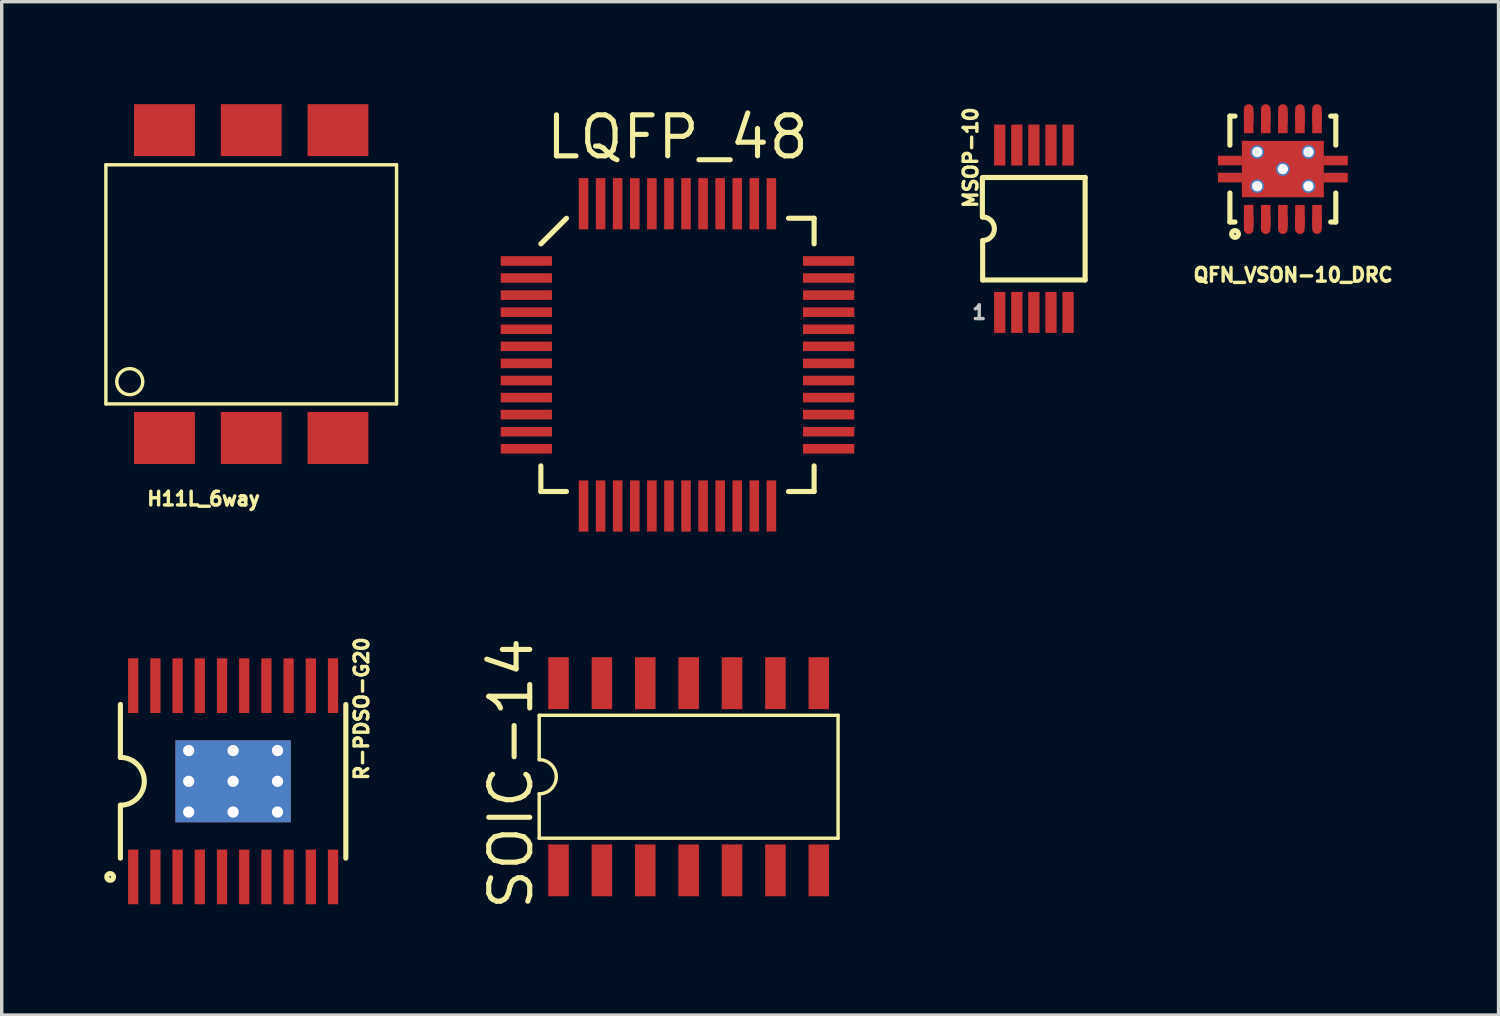
<source format=kicad_pcb>
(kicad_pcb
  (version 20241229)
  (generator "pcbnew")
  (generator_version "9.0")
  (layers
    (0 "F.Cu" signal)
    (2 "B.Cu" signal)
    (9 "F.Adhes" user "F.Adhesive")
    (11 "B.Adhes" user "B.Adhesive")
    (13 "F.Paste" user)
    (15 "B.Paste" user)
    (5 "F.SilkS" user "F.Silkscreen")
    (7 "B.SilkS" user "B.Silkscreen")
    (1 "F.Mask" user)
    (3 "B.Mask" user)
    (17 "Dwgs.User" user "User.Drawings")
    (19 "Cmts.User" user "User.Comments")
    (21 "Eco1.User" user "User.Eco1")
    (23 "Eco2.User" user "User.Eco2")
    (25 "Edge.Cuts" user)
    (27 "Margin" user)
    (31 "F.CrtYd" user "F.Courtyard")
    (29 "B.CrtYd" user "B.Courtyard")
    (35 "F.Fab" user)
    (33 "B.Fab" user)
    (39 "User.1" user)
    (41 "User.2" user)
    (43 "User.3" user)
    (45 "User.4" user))
  (footprint "QFN_VSON-10_DRC"
    (layer "F.Cu")
    (at 34.509 1.9)
    (property "Reference" "QFN_VSON-10_DRC" (at 0.3 3.1 0) (layer "F.SilkS") (effects (font (size 0.4 0.4) (thickness 0.1))))
    (attr through_hole)
    (fp_line (start -1.55 -1.55) (end -1.55 -0.7) (stroke (width 0.15) (type solid)) (layer "F.SilkS"))
    (fp_line (start -1.55 -1.55) (end -1.4 -1.55) (stroke (width 0.15) (type solid)) (layer "F.SilkS"))
    (fp_line (start -1.55 0.7) (end -1.55 1.55) (stroke (width 0.15) (type solid)) (layer "F.SilkS"))
    (fp_line (start -1.55 1.55) (end -1.4 1.55) (stroke (width 0.15) (type solid)) (layer "F.SilkS"))
    (fp_line (start 1.55 -1.55) (end 1.4 -1.55) (stroke (width 0.15) (type solid)) (layer "F.SilkS"))
    (fp_line (start 1.55 -1.55) (end 1.55 -0.7) (stroke (width 0.15) (type solid)) (layer "F.SilkS"))
    (fp_line (start 1.55 0.7) (end 1.55 1.55) (stroke (width 0.15) (type solid)) (layer "F.SilkS"))
    (fp_line (start 1.55 1.55) (end 1.4 1.55) (stroke (width 0.15) (type solid)) (layer "F.SilkS"))
    (fp_circle (center -1.4 1.9) (end -1.5 1.9) (stroke (width 0.15) (type solid)) (fill no) (layer "F.SilkS"))
    (pad "1" smd rect (at -1 1.369) (size 0.28 0.637) (layers "F.Cu" "F.Mask" "F.Paste"))
    (pad "1" smd oval (at -1 1.581) (size 0.28 0.637) (layers "F.Cu" "F.Mask" "F.Paste"))
    (pad "2" smd rect (at -0.5 1.369) (size 0.28 0.637) (layers "F.Cu" "F.Mask" "F.Paste"))
    (pad "2" smd oval (at -0.5 1.581) (size 0.28 0.637) (layers "F.Cu" "F.Mask" "F.Paste"))
    (pad "3" smd rect (at 0 1.369) (size 0.28 0.637) (layers "F.Cu" "F.Mask" "F.Paste"))
    (pad "3" smd oval (at 0 1.581) (size 0.28 0.637) (layers "F.Cu" "F.Mask" "F.Paste"))
    (pad "4" smd rect (at 0.5 1.369) (size 0.28 0.637) (layers "F.Cu" "F.Mask" "F.Paste"))
    (pad "4" smd oval (at 0.5 1.581) (size 0.28 0.637) (layers "F.Cu" "F.Mask" "F.Paste"))
    (pad "5" smd rect (at 1 1.369) (size 0.28 0.637) (layers "F.Cu" "F.Mask" "F.Paste"))
    (pad "5" smd oval (at 1 1.581) (size 0.28 0.637) (layers "F.Cu" "F.Mask" "F.Paste"))
    (pad "6" smd oval (at 1 -1.581) (size 0.28 0.637) (layers "F.Cu" "F.Mask" "F.Paste"))
    (pad "6" smd rect (at 1 -1.369) (size 0.28 0.637) (layers "F.Cu" "F.Mask" "F.Paste"))
    (pad "7" smd oval (at 0.5 -1.581) (size 0.28 0.637) (layers "F.Cu" "F.Mask" "F.Paste"))
    (pad "7" smd rect (at 0.5 -1.369) (size 0.28 0.637) (layers "F.Cu" "F.Mask" "F.Paste"))
    (pad "8" smd oval (at 0 -1.581) (size 0.28 0.637) (layers "F.Cu" "F.Mask" "F.Paste"))
    (pad "8" smd rect (at 0 -1.369) (size 0.28 0.637) (layers "F.Cu" "F.Mask" "F.Paste"))
    (pad "9" smd oval (at -0.5 -1.581) (size 0.28 0.637) (layers "F.Cu" "F.Mask" "F.Paste"))
    (pad "9" smd rect (at -0.5 -1.369) (size 0.28 0.637) (layers "F.Cu" "F.Mask" "F.Paste"))
    (pad "10" smd oval (at -1 -1.581) (size 0.28 0.637) (layers "F.Cu" "F.Mask" "F.Paste"))
    (pad "10" smd rect (at -1 -1.369) (size 0.28 0.637) (layers "F.Cu" "F.Mask" "F.Paste"))
    (pad "11" smd rect (at -1.55 -0.25) (size 0.7 0.28) (layers "F.Cu" "F.Mask" "F.Paste"))
    (pad "11" smd rect (at -1.55 0.25) (size 0.7 0.28) (layers "F.Cu" "F.Mask" "F.Paste"))
    (pad "11" thru_hole circle (at -0.75 -0.5) (size 0.4 0.4) (drill 0.3) (layers "*.Cu" "*.Mask"))
    (pad "11" thru_hole circle (at -0.75 0.5) (size 0.4 0.4) (drill 0.3) (layers "*.Cu" "*.Mask"))
    (pad "11" thru_hole circle (at 0 0) (size 0.4 0.4) (drill 0.3) (layers "*.Cu" "*.Mask"))
    (pad "11" smd rect (at 0 0) (size 2.4 1.65) (layers "F.Cu" "F.Mask" "F.Paste"))
    (pad "11" thru_hole circle (at 0.75 -0.5) (size 0.4 0.4) (drill 0.3) (layers "*.Cu" "*.Mask"))
    (pad "11" thru_hole circle (at 0.75 0.5) (size 0.4 0.4) (drill 0.3) (layers "*.Cu" "*.Mask"))
    (pad "11" smd rect (at 1.55 -0.25) (size 0.7 0.28) (layers "F.Cu" "F.Mask" "F.Paste"))
    (pad "11" smd rect (at 1.55 0.25) (size 0.7 0.28) (layers "F.Cu" "F.Mask" "F.Paste")))
  (footprint "H11L_6way"
    (layer "F.Cu")
    (at 1.765 9.775)
    (property "Reference" "H11L_6way" (at 1.143 1.778 0) (layer "F.SilkS") (effects (font (size 0.4 0.4) (thickness 0.1))))
    (attr through_hole)
    (fp_line (start -1.715 -8) (end 6.795 -8) (stroke (width 0.1) (type solid)) (layer "F.SilkS"))
    (fp_line (start -1.715 -1) (end -1.715 -8) (stroke (width 0.1) (type solid)) (layer "F.SilkS"))
    (fp_line (start -1.715 -1) (end 6.795 -1) (stroke (width 0.1) (type solid)) (layer "F.SilkS"))
    (fp_line (start 6.795 -1) (end 6.795 -8) (stroke (width 0.1) (type solid)) (layer "F.SilkS"))
    (fp_circle (center -1.016 -1.651) (end -1.016 -2.032) (stroke (width 0.1) (type solid)) (fill no) (layer "F.SilkS"))
    (pad "1" smd rect (at 0 0) (size 1.78 1.52) (layers "F.Cu" "F.Mask" "F.Paste"))
    (pad "2" smd rect (at 2.54 0) (size 1.78 1.52) (layers "F.Cu" "F.Mask" "F.Paste"))
    (pad "3" smd rect (at 5.08 0) (size 1.78 1.52) (layers "F.Cu" "F.Mask" "F.Paste"))
    (pad "4" smd rect (at 5.08 -9.015) (size 1.78 1.52) (layers "F.Cu" "F.Mask" "F.Paste"))
    (pad "5" smd rect (at 2.54 -9.015) (size 1.78 1.52) (layers "F.Cu" "F.Mask" "F.Paste"))
    (pad "6" smd rect (at 0 -9.015) (size 1.78 1.52) (layers "F.Cu" "F.Mask" "F.Paste")))
  (footprint "LQFP_48"
    (layer "F.Cu")
    (at 16.785 7.34)
    (property "Reference" "LQFP_48" (at 0 -6.375 0) (layer "F.SilkS") (effects (font (size 1.2 1.2) (thickness 0.15))))
    (attr through_hole)
    (fp_line (start -4 -3.25) (end -3.25 -4) (stroke (width 0.15) (type solid)) (layer "F.SilkS"))
    (fp_line (start -4 4) (end -4 3.25) (stroke (width 0.15) (type solid)) (layer "F.SilkS"))
    (fp_line (start -3.25 4) (end -4 4) (stroke (width 0.15) (type solid)) (layer "F.SilkS"))
    (fp_line (start 3.25 -4) (end 4 -4) (stroke (width 0.15) (type solid)) (layer "F.SilkS"))
    (fp_line (start 3.25 4) (end 4 4) (stroke (width 0.15) (type solid)) (layer "F.SilkS"))
    (fp_line (start 4 -4) (end 4 -3.25) (stroke (width 0.15) (type solid)) (layer "F.SilkS"))
    (fp_line (start 4 4) (end 4 3.25) (stroke (width 0.15) (type solid)) (layer "F.SilkS"))
    (pad "1" smd rect (at -4.425 -2.75 90) (size 0.28 1.5) (layers "F.Cu" "F.Mask" "F.Paste"))
    (pad "2" smd rect (at -4.425 -2.25 90) (size 0.28 1.5) (layers "F.Cu" "F.Mask" "F.Paste"))
    (pad "3" smd rect (at -4.425 -1.75 90) (size 0.28 1.5) (layers "F.Cu" "F.Mask" "F.Paste"))
    (pad "4" smd rect (at -4.425 -1.25 90) (size 0.28 1.5) (layers "F.Cu" "F.Mask" "F.Paste"))
    (pad "5" smd rect (at -4.425 -0.75 90) (size 0.28 1.5) (layers "F.Cu" "F.Mask" "F.Paste"))
    (pad "6" smd rect (at -4.425 -0.25 90) (size 0.28 1.5) (layers "F.Cu" "F.Mask" "F.Paste"))
    (pad "7" smd rect (at -4.425 0.25 90) (size 0.28 1.5) (layers "F.Cu" "F.Mask" "F.Paste"))
    (pad "8" smd rect (at -4.425 0.75 90) (size 0.28 1.5) (layers "F.Cu" "F.Mask" "F.Paste"))
    (pad "9" smd rect (at -4.425 1.25 90) (size 0.28 1.5) (layers "F.Cu" "F.Mask" "F.Paste"))
    (pad "10" smd rect (at -4.425 1.75 90) (size 0.28 1.5) (layers "F.Cu" "F.Mask" "F.Paste"))
    (pad "11" smd rect (at -4.425 2.25 90) (size 0.28 1.5) (layers "F.Cu" "F.Mask" "F.Paste"))
    (pad "12" smd rect (at -4.425 2.75 90) (size 0.28 1.5) (layers "F.Cu" "F.Mask" "F.Paste"))
    (pad "13" smd rect (at -2.75 4.425) (size 0.28 1.5) (layers "F.Cu" "F.Mask" "F.Paste"))
    (pad "14" smd rect (at -2.25 4.425) (size 0.28 1.5) (layers "F.Cu" "F.Mask" "F.Paste"))
    (pad "15" smd rect (at -1.75 4.425) (size 0.28 1.5) (layers "F.Cu" "F.Mask" "F.Paste"))
    (pad "16" smd rect (at -1.25 4.425) (size 0.28 1.5) (layers "F.Cu" "F.Mask" "F.Paste"))
    (pad "17" smd rect (at -0.75 4.425) (size 0.28 1.5) (layers "F.Cu" "F.Mask" "F.Paste"))
    (pad "18" smd rect (at -0.25 4.425) (size 0.28 1.5) (layers "F.Cu" "F.Mask" "F.Paste"))
    (pad "19" smd rect (at 0.25 4.425) (size 0.28 1.5) (layers "F.Cu" "F.Mask" "F.Paste"))
    (pad "20" smd rect (at 0.75 4.425) (size 0.28 1.5) (layers "F.Cu" "F.Mask" "F.Paste"))
    (pad "21" smd rect (at 1.25 4.425) (size 0.28 1.5) (layers "F.Cu" "F.Mask" "F.Paste"))
    (pad "22" smd rect (at 1.75 4.425) (size 0.28 1.5) (layers "F.Cu" "F.Mask" "F.Paste"))
    (pad "23" smd rect (at 2.25 4.425) (size 0.28 1.5) (layers "F.Cu" "F.Mask" "F.Paste"))
    (pad "24" smd rect (at 2.75 4.425) (size 0.28 1.5) (layers "F.Cu" "F.Mask" "F.Paste"))
    (pad "25" smd rect (at 4.425 2.75 90) (size 0.28 1.5) (layers "F.Cu" "F.Mask" "F.Paste"))
    (pad "26" smd rect (at 4.425 2.25 90) (size 0.28 1.5) (layers "F.Cu" "F.Mask" "F.Paste"))
    (pad "27" smd rect (at 4.425 1.75 90) (size 0.28 1.5) (layers "F.Cu" "F.Mask" "F.Paste"))
    (pad "28" smd rect (at 4.425 1.25 90) (size 0.28 1.5) (layers "F.Cu" "F.Mask" "F.Paste"))
    (pad "29" smd rect (at 4.425 0.75 90) (size 0.28 1.5) (layers "F.Cu" "F.Mask" "F.Paste"))
    (pad "30" smd rect (at 4.425 0.25 90) (size 0.28 1.5) (layers "F.Cu" "F.Mask" "F.Paste"))
    (pad "31" smd rect (at 4.425 -0.25 90) (size 0.28 1.5) (layers "F.Cu" "F.Mask" "F.Paste"))
    (pad "32" smd rect (at 4.425 -0.75 90) (size 0.28 1.5) (layers "F.Cu" "F.Mask" "F.Paste"))
    (pad "33" smd rect (at 4.425 -1.25 90) (size 0.28 1.5) (layers "F.Cu" "F.Mask" "F.Paste"))
    (pad "34" smd rect (at 4.425 -1.75 90) (size 0.28 1.5) (layers "F.Cu" "F.Mask" "F.Paste"))
    (pad "35" smd rect (at 4.425 -2.25 90) (size 0.28 1.5) (layers "F.Cu" "F.Mask" "F.Paste"))
    (pad "36" smd rect (at 4.425 -2.75 90) (size 0.28 1.5) (layers "F.Cu" "F.Mask" "F.Paste"))
    (pad "37" smd rect (at 2.75 -4.425) (size 0.28 1.5) (layers "F.Cu" "F.Mask" "F.Paste"))
    (pad "38" smd rect (at 2.25 -4.425) (size 0.28 1.5) (layers "F.Cu" "F.Mask" "F.Paste"))
    (pad "39" smd rect (at 1.75 -4.425) (size 0.28 1.5) (layers "F.Cu" "F.Mask" "F.Paste"))
    (pad "40" smd rect (at 1.25 -4.425) (size 0.28 1.5) (layers "F.Cu" "F.Mask" "F.Paste"))
    (pad "41" smd rect (at 0.75 -4.425) (size 0.28 1.5) (layers "F.Cu" "F.Mask" "F.Paste"))
    (pad "42" smd rect (at 0.25 -4.425) (size 0.28 1.5) (layers "F.Cu" "F.Mask" "F.Paste"))
    (pad "43" smd rect (at -0.25 -4.425) (size 0.28 1.5) (layers "F.Cu" "F.Mask" "F.Paste"))
    (pad "44" smd rect (at -0.75 -4.425) (size 0.28 1.5) (layers "F.Cu" "F.Mask" "F.Paste"))
    (pad "45" smd rect (at -1.25 -4.425) (size 0.28 1.5) (layers "F.Cu" "F.Mask" "F.Paste"))
    (pad "46" smd rect (at -1.75 -4.425) (size 0.28 1.5) (layers "F.Cu" "F.Mask" "F.Paste"))
    (pad "47" smd rect (at -2.25 -4.425) (size 0.28 1.5) (layers "F.Cu" "F.Mask" "F.Paste"))
    (pad "48" smd rect (at -2.75 -4.425) (size 0.28 1.5) (layers "F.Cu" "F.Mask" "F.Paste")))
  (footprint "MSOP-10"
    (layer "F.Cu")
    (at 27.22 3.647)
    (property "Reference" "MSOP-10" (at -1.85 -2.08 90) (layer "F.SilkS") (effects (font (size 0.4 0.4) (thickness 0.1))))
    (attr through_hole)
    (fp_line (start -1.508 -0.344) (end -1.508 -1.487) (stroke (width 0.15) (type solid)) (layer "F.SilkS"))
    (fp_line (start -1.5 -1.5) (end 1.5 -1.5) (stroke (width 0.15) (type solid)) (layer "F.SilkS"))
    (fp_line (start -1.5 1.5) (end -1.5 0.354) (stroke (width 0.15) (type solid)) (layer "F.SilkS"))
    (fp_line (start 1.5 -1.5) (end 1.5 1.5) (stroke (width 0.15) (type solid)) (layer "F.SilkS"))
    (fp_line (start 1.5 1.5) (end -1.5 1.5) (stroke (width 0.15) (type solid)) (layer "F.SilkS"))
    (fp_arc (start -1.5 -0.344) (mid -1.156 0) (end -1.5 0.344) (stroke (width 0.15) (type solid)) (layer "F.SilkS"))
    (fp_text user "1" (at -1.6 2.45 0) (layer "Dwgs.User") (effects (font (size 0.4 0.4) (thickness 0.1))))
    (pad "1" smd rect (at -1 2.45) (size 0.33 1.2) (layers "F.Cu" "F.Mask" "F.Paste"))
    (pad "2" smd rect (at -0.5 2.45) (size 0.33 1.2) (layers "F.Cu" "F.Mask" "F.Paste"))
    (pad "3" smd rect (at 0 2.45) (size 0.33 1.2) (layers "F.Cu" "F.Mask" "F.Paste"))
    (pad "4" smd rect (at 0.5 2.45) (size 0.33 1.2) (layers "F.Cu" "F.Mask" "F.Paste"))
    (pad "5" smd rect (at 1 2.45) (size 0.33 1.2) (layers "F.Cu" "F.Mask" "F.Paste"))
    (pad "6" smd rect (at 1 -2.45) (size 0.33 1.2) (layers "F.Cu" "F.Mask" "F.Paste"))
    (pad "7" smd rect (at 0.5 -2.45) (size 0.33 1.2) (layers "F.Cu" "F.Mask" "F.Paste"))
    (pad "8" smd rect (at 0 -2.45) (size 0.33 1.2) (layers "F.Cu" "F.Mask" "F.Paste"))
    (pad "9" smd rect (at -0.5 -2.45) (size 0.33 1.2) (layers "F.Cu" "F.Mask" "F.Paste"))
    (pad "10" smd rect (at -1 -2.45) (size 0.33 1.2) (layers "F.Cu" "F.Mask" "F.Paste")))
  (footprint "R-PDSO-G20"
    (layer "F.Cu")
    (at 3.775 19.825)
    (property "Reference" "R-PDSO-G20" (at 3.762 -2.124 90) (layer "F.SilkS") (effects (font (size 0.4 0.4) (thickness 0.1))))
    (attr through_hole)
    (fp_line (start -3.3 -0.7) (end -3.3 -2.25) (stroke (width 0.15) (type solid)) (layer "F.SilkS"))
    (fp_line (start -3.3 0.7) (end -3.3 2.25) (stroke (width 0.15) (type solid)) (layer "F.SilkS"))
    (fp_line (start 3.3 -2.25) (end 3.3 2.25) (stroke (width 0.15) (type solid)) (layer "F.SilkS"))
    (fp_arc (start -3.3 -0.7) (mid -2.6 0) (end -3.3 0.7) (stroke (width 0.15) (type solid)) (layer "F.SilkS"))
    (fp_circle (center -3.6 2.8) (end -3.6 2.7) (stroke (width 0.15) (type solid)) (fill no) (layer "F.SilkS"))
    (pad "1" smd rect (at -2.925 2.8) (size 0.3 1.6) (layers "F.Cu" "F.Mask" "F.Paste"))
    (pad "2" smd rect (at -2.275 2.8) (size 0.3 1.6) (layers "F.Cu" "F.Mask" "F.Paste"))
    (pad "3" smd rect (at -1.625 2.8) (size 0.3 1.6) (layers "F.Cu" "F.Mask" "F.Paste"))
    (pad "4" smd rect (at -0.975 2.8) (size 0.3 1.6) (layers "F.Cu" "F.Mask" "F.Paste"))
    (pad "5" smd rect (at -0.325 2.8) (size 0.3 1.6) (layers "F.Cu" "F.Mask" "F.Paste"))
    (pad "6" smd rect (at 0.325 2.8) (size 0.3 1.6) (layers "F.Cu" "F.Mask" "F.Paste"))
    (pad "7" smd rect (at 0.975 2.8) (size 0.3 1.6) (layers "F.Cu" "F.Mask" "F.Paste"))
    (pad "8" smd rect (at 1.625 2.8) (size 0.3 1.6) (layers "F.Cu" "F.Mask" "F.Paste"))
    (pad "9" smd rect (at 2.275 2.8) (size 0.3 1.6) (layers "F.Cu" "F.Mask" "F.Paste"))
    (pad "10" smd rect (at 2.925 2.8) (size 0.3 1.6) (layers "F.Cu" "F.Mask" "F.Paste"))
    (pad "11" smd rect (at 2.925 -2.8) (size 0.3 1.6) (layers "F.Cu" "F.Mask" "F.Paste"))
    (pad "12" smd rect (at 2.275 -2.8) (size 0.3 1.6) (layers "F.Cu" "F.Mask" "F.Paste"))
    (pad "13" smd rect (at 1.625 -2.8) (size 0.3 1.6) (layers "F.Cu" "F.Mask" "F.Paste"))
    (pad "14" smd rect (at 0.975 -2.8) (size 0.3 1.6) (layers "F.Cu" "F.Mask" "F.Paste"))
    (pad "15" smd rect (at 0.325 -2.8) (size 0.3 1.6) (layers "F.Cu" "F.Mask" "F.Paste"))
    (pad "16" smd rect (at -0.325 -2.8) (size 0.3 1.6) (layers "F.Cu" "F.Mask" "F.Paste"))
    (pad "17" smd rect (at -0.975 -2.8) (size 0.3 1.6) (layers "F.Cu" "F.Mask" "F.Paste"))
    (pad "18" smd rect (at -1.625 -2.8) (size 0.3 1.6) (layers "F.Cu" "F.Mask" "F.Paste"))
    (pad "19" smd rect (at -2.275 -2.8) (size 0.3 1.6) (layers "F.Cu" "F.Mask" "F.Paste"))
    (pad "20" smd rect (at -2.925 -2.8) (size 0.3 1.6) (layers "F.Cu" "F.Mask" "F.Paste"))
    (pad "21" thru_hole circle (at -1.3 -0.9) (size 0.51 0.51) (drill 0.33) (layers "*.Cu"))
    (pad "21" thru_hole circle (at -1.3 0) (size 0.51 0.51) (drill 0.33) (layers "*.Cu"))
    (pad "21" thru_hole circle (at -1.3 0.9) (size 0.51 0.51) (drill 0.33) (layers "*.Cu"))
    (pad "21" thru_hole circle (at 0 -0.9) (size 0.51 0.51) (drill 0.33) (layers "*.Cu"))
    (pad "21" thru_hole circle (at 0 0) (size 0.51 0.51) (drill 0.33) (layers "*.Cu"))
    (pad "21" smd rect (at 0 0) (size 3.38 2.4) (layers "F.Cu" "F.Mask" "F.Paste"))
    (pad "21" smd rect (at 0 0) (size 3.38 2.4) (layers "B.Cu"))
    (pad "21" thru_hole circle (at 0 0.9) (size 0.51 0.51) (drill 0.33) (layers "*.Cu"))
    (pad "21" thru_hole circle (at 1.3 -0.9) (size 0.51 0.51) (drill 0.33) (layers "*.Cu"))
    (pad "21" thru_hole circle (at 1.3 0) (size 0.51 0.51) (drill 0.33) (layers "*.Cu"))
    (pad "21" thru_hole circle (at 1.3 0.9) (size 0.51 0.51) (drill 0.33) (layers "*.Cu")))
  (footprint "SOIC-14"
    (layer "F.Cu")
    (at 17.112 19.692)
    (property "Reference" "SOIC-14" (at -5.2 -0.1 90) (layer "F.SilkS") (effects (font (size 1.2 1.2) (thickness 0.15))))
    (attr through_hole)
    (fp_line (start -4.375 -1.8) (end -4.375 -0.5) (stroke (width 0.1) (type solid)) (layer "F.SilkS"))
    (fp_line (start -4.375 -1.8) (end 4.375 -1.8) (stroke (width 0.1) (type solid)) (layer "F.SilkS"))
    (fp_line (start -4.375 1.8) (end -4.375 0.5) (stroke (width 0.1) (type solid)) (layer "F.SilkS"))
    (fp_line (start -4.375 1.8) (end 4.375 1.8) (stroke (width 0.1) (type solid)) (layer "F.SilkS"))
    (fp_line (start 4.375 -1.8) (end 4.375 1.8) (stroke (width 0.1) (type solid)) (layer "F.SilkS"))
    (fp_arc (start -4.375 -0.5) (mid -3.875 0) (end -4.375 0.5) (stroke (width 0.1) (type solid)) (layer "F.SilkS"))
    (pad "1" smd rect (at -3.81 2.74) (size 0.6 1.52) (layers "F.Cu" "F.Mask" "F.Paste"))
    (pad "2" smd rect (at -2.54 2.74) (size 0.6 1.52) (layers "F.Cu" "F.Mask" "F.Paste"))
    (pad "3" smd rect (at -1.27 2.74) (size 0.6 1.52) (layers "F.Cu" "F.Mask" "F.Paste"))
    (pad "4" smd rect (at 0 2.74) (size 0.6 1.52) (layers "F.Cu" "F.Mask" "F.Paste"))
    (pad "5" smd rect (at 1.27 2.74) (size 0.6 1.52) (layers "F.Cu" "F.Mask" "F.Paste"))
    (pad "6" smd rect (at 2.54 2.74) (size 0.6 1.52) (layers "F.Cu" "F.Mask" "F.Paste"))
    (pad "7" smd rect (at 3.81 2.74) (size 0.6 1.52) (layers "F.Cu" "F.Mask" "F.Paste"))
    (pad "8" smd rect (at 3.81 -2.74) (size 0.6 1.52) (layers "F.Cu" "F.Mask" "F.Paste"))
    (pad "9" smd rect (at 2.54 -2.74) (size 0.6 1.52) (layers "F.Cu" "F.Mask" "F.Paste"))
    (pad "10" smd rect (at 1.27 -2.74) (size 0.6 1.52) (layers "F.Cu" "F.Mask" "F.Paste"))
    (pad "11" smd rect (at 0 -2.74) (size 0.6 1.52) (layers "F.Cu" "F.Mask" "F.Paste"))
    (pad "12" smd rect (at -1.27 -2.74) (size 0.6 1.52) (layers "F.Cu" "F.Mask" "F.Paste"))
    (pad "13" smd rect (at -2.54 -2.74) (size 0.6 1.52) (layers "F.Cu" "F.Mask" "F.Paste"))
    (pad "14" smd rect (at -3.81 -2.74) (size 0.6 1.52) (layers "F.Cu" "F.Mask" "F.Paste")))
  (gr_rect
    (start -3 -3)
    (end 40.824 26.668)
    (stroke (width 0.1) (type default))
    (fill no)
    (layer "Edge.Cuts")))
</source>
